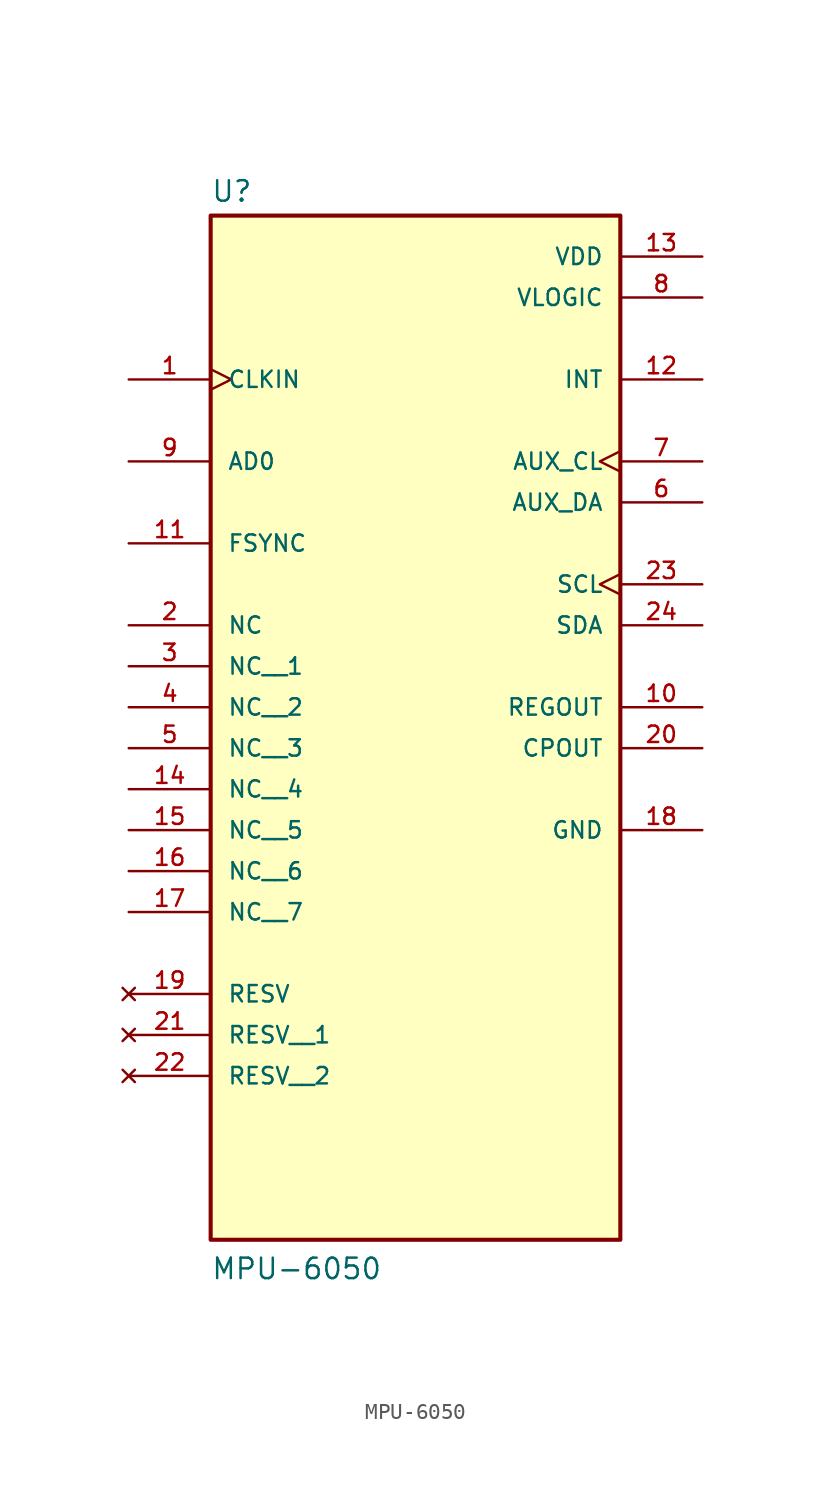
<source format=kicad_sym>
(kicad_symbol_lib
  (version 20231120)
  (generator "kicad_symbol_editor")
  (generator_version "8.0")
  (symbol "MPU-6050"
    (pin_names
      (offset 1.016))
    (property "Reference" "U"
      (at -12.7 21.082 0)
      (effects (font (size 1.27 1.27)) (justify left bottom)))
    (property "Value" "MPU-6050"
      (at -12.7 -45.72 0)
      (effects (font (size 1.27 1.27)) (justify left bottom)))
    (symbol "MPU-6050_0_0"
      (rectangle (start -12.7 -43.18) (end 12.7 20.32) (stroke (width 0.254) (type default)) (fill (type background)))
      (pin input clock (at -17.78 10.16 0) (length 5.08) (name "CLKIN" (effects (font (size 1.016 1.016)))) (number "1" (effects (font (size 1.016 1.016)))))
      (pin passive line (at 17.78 -10.16 180) (length 5.08) (name "REGOUT" (effects (font (size 1.016 1.016)))) (number "10" (effects (font (size 1.016 1.016)))))
      (pin input line (at -17.78 0 0) (length 5.08) (name "FSYNC" (effects (font (size 1.016 1.016)))) (number "11" (effects (font (size 1.016 1.016)))))
      (pin output line (at 17.78 10.16 180) (length 5.08) (name "INT" (effects (font (size 1.016 1.016)))) (number "12" (effects (font (size 1.016 1.016)))))
      (pin power_in line (at 17.78 17.78 180) (length 5.08) (name "VDD" (effects (font (size 1.016 1.016)))) (number "13" (effects (font (size 1.016 1.016)))))
      (pin passive line (at -17.78 -15.24 0) (length 5.08) (name "NC__4" (effects (font (size 1.016 1.016)))) (number "14" (effects (font (size 1.016 1.016)))))
      (pin passive line (at -17.78 -17.78 0) (length 5.08) (name "NC__5" (effects (font (size 1.016 1.016)))) (number "15" (effects (font (size 1.016 1.016)))))
      (pin passive line (at -17.78 -20.32 0) (length 5.08) (name "NC__6" (effects (font (size 1.016 1.016)))) (number "16" (effects (font (size 1.016 1.016)))))
      (pin passive line (at -17.78 -22.86 0) (length 5.08) (name "NC__7" (effects (font (size 1.016 1.016)))) (number "17" (effects (font (size 1.016 1.016)))))
      (pin power_in line (at 17.78 -17.78 180) (length 5.08) (name "GND" (effects (font (size 1.016 1.016)))) (number "18" (effects (font (size 1.016 1.016)))))
      (pin no_connect line (at -17.78 -27.94 0) (length 5.08) (name "RESV" (effects (font (size 1.016 1.016)))) (number "19" (effects (font (size 1.016 1.016)))))
      (pin passive line (at -17.78 -5.08 0) (length 5.08) (name "NC" (effects (font (size 1.016 1.016)))) (number "2" (effects (font (size 1.016 1.016)))))
      (pin passive line (at 17.78 -12.7 180) (length 5.08) (name "CPOUT" (effects (font (size 1.016 1.016)))) (number "20" (effects (font (size 1.016 1.016)))))
      (pin no_connect line (at -17.78 -30.48 0) (length 5.08) (name "RESV__1" (effects (font (size 1.016 1.016)))) (number "21" (effects (font (size 1.016 1.016)))))
      (pin no_connect line (at -17.78 -33.02 0) (length 5.08) (name "RESV__2" (effects (font (size 1.016 1.016)))) (number "22" (effects (font (size 1.016 1.016)))))
      (pin input clock (at 17.78 -2.54 180) (length 5.08) (name "SCL" (effects (font (size 1.016 1.016)))) (number "23" (effects (font (size 1.016 1.016)))))
      (pin bidirectional line (at 17.78 -5.08 180) (length 5.08) (name "SDA" (effects (font (size 1.016 1.016)))) (number "24" (effects (font (size 1.016 1.016)))))
      (pin passive line (at -17.78 -7.62 0) (length 5.08) (name "NC__1" (effects (font (size 1.016 1.016)))) (number "3" (effects (font (size 1.016 1.016)))))
      (pin passive line (at -17.78 -10.16 0) (length 5.08) (name "NC__2" (effects (font (size 1.016 1.016)))) (number "4" (effects (font (size 1.016 1.016)))))
      (pin passive line (at -17.78 -12.7 0) (length 5.08) (name "NC__3" (effects (font (size 1.016 1.016)))) (number "5" (effects (font (size 1.016 1.016)))))
      (pin bidirectional line (at 17.78 2.54 180) (length 5.08) (name "AUX_DA" (effects (font (size 1.016 1.016)))) (number "6" (effects (font (size 1.016 1.016)))))
      (pin output clock (at 17.78 5.08 180) (length 5.08) (name "AUX_CL" (effects (font (size 1.016 1.016)))) (number "7" (effects (font (size 1.016 1.016)))))
      (pin power_in line (at 17.78 15.24 180) (length 5.08) (name "VLOGIC" (effects (font (size 1.016 1.016)))) (number "8" (effects (font (size 1.016 1.016)))))
      (pin input line (at -17.78 5.08 0) (length 5.08) (name "AD0" (effects (font (size 1.016 1.016)))) (number "9" (effects (font (size 1.016 1.016))))))))
</source>
